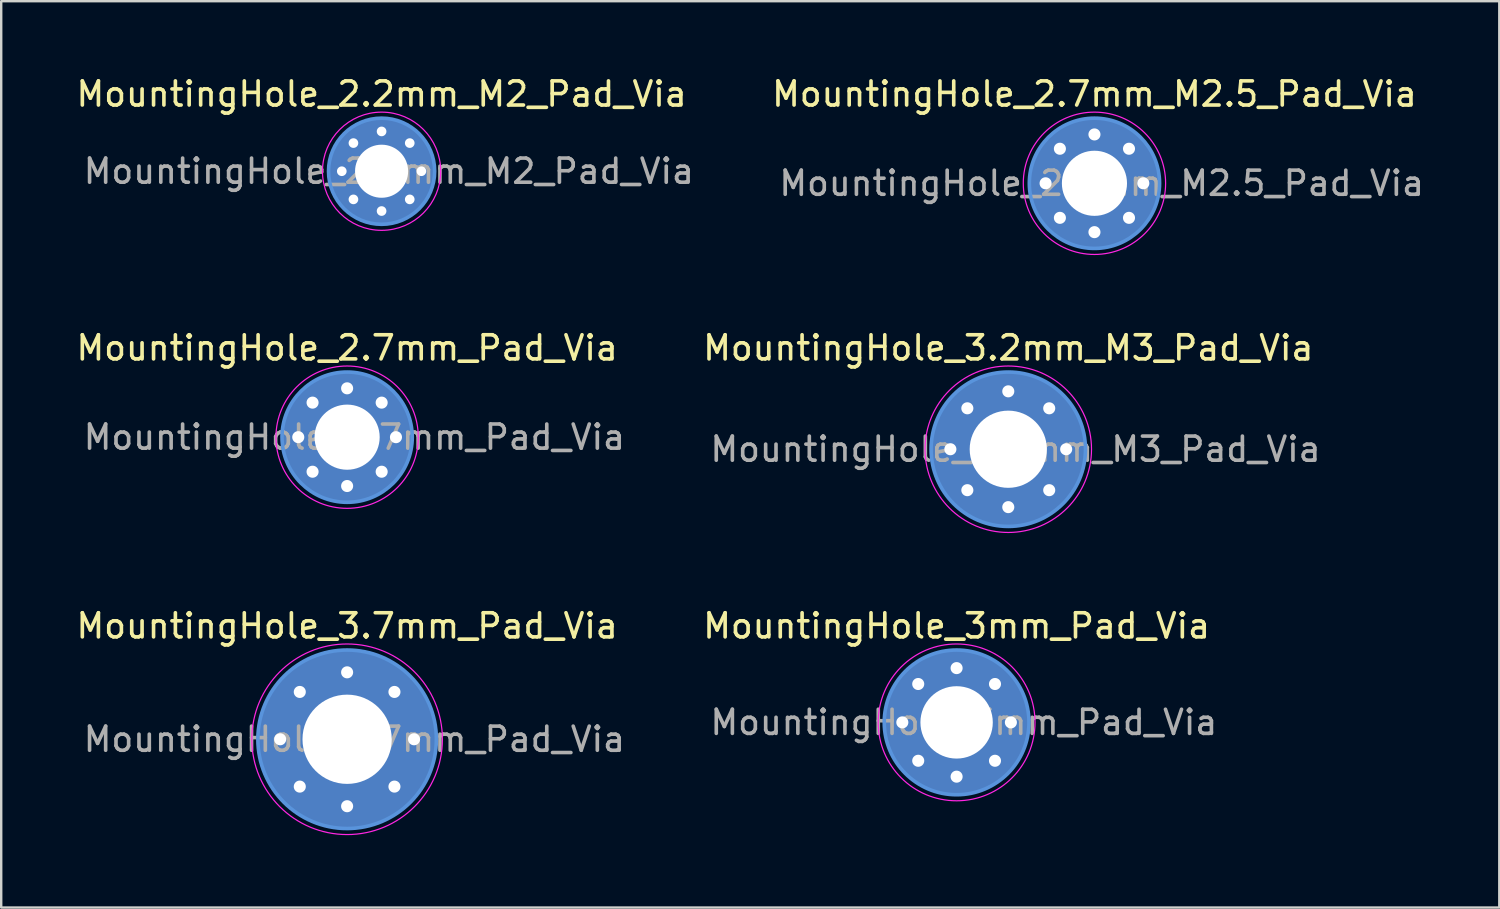
<source format=kicad_pcb>
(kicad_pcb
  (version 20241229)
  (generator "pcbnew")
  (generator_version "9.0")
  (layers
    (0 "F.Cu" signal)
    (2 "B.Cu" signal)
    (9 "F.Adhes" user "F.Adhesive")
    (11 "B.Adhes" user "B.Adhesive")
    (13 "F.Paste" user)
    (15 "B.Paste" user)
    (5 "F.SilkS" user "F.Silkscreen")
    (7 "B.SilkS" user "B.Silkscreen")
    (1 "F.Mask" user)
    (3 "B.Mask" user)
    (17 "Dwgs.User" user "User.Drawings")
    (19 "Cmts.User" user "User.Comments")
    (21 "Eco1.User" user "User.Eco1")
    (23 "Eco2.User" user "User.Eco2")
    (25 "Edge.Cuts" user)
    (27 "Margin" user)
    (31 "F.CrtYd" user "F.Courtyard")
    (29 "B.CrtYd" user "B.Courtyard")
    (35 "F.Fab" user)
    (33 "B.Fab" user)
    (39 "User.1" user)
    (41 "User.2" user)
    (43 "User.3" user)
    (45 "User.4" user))
  (footprint "MountingHole_3.2mm_M3_Pad_Via"
    (layer "F.Cu")
    (at 38.746 15.572)
    (property "Reference" "MountingHole_3.2mm_M3_Pad_Via" (at 0 -4.2 0) (layer "F.SilkS") (effects (font (size 1 1) (thickness 0.15))))
    (attr exclude_from_pos_files exclude_from_bom)
    (fp_circle (center 0 0) (end 3.2 0) (stroke (width 0.15) (type solid)) (fill no) (layer "Cmts.User"))
    (fp_circle (center 0 0) (end 3.45 0) (stroke (width 0.05) (type solid)) (fill no) (layer "F.CrtYd"))
    (fp_text user "${REFERENCE}" (at 0.3 0 0) (layer "F.Fab") (effects (font (size 1 1) (thickness 0.15))))
    (pad "1" thru_hole circle (at -2.4 0) (size 0.8 0.8) (drill 0.5) (layers "*.Cu" "*.Mask"))
    (pad "1" thru_hole circle (at -1.697 -1.697) (size 0.8 0.8) (drill 0.5) (layers "*.Cu" "*.Mask"))
    (pad "1" thru_hole circle (at -1.697 1.697) (size 0.8 0.8) (drill 0.5) (layers "*.Cu" "*.Mask"))
    (pad "1" thru_hole circle (at 0 -2.4) (size 0.8 0.8) (drill 0.5) (layers "*.Cu" "*.Mask"))
    (pad "1" thru_hole circle (at 0 0) (size 6.4 6.4) (drill 3.2) (layers "*.Cu" "*.Mask"))
    (pad "1" thru_hole circle (at 0 2.4) (size 0.8 0.8) (drill 0.5) (layers "*.Cu" "*.Mask"))
    (pad "1" thru_hole circle (at 1.697 -1.697) (size 0.8 0.8) (drill 0.5) (layers "*.Cu" "*.Mask"))
    (pad "1" thru_hole circle (at 1.697 1.697) (size 0.8 0.8) (drill 0.5) (layers "*.Cu" "*.Mask"))
    (pad "1" thru_hole circle (at 2.4 0) (size 0.8 0.8) (drill 0.5) (layers "*.Cu" "*.Mask")))
  (footprint "MountingHole_2.7mm_M2.5_Pad_Via"
    (layer "F.Cu")
    (at 42.318 4.548)
    (property "Reference" "MountingHole_2.7mm_M2.5_Pad_Via" (at 0 -3.7 0) (layer "F.SilkS") (effects (font (size 1 1) (thickness 0.15))))
    (attr exclude_from_pos_files exclude_from_bom)
    (fp_circle (center 0 0) (end 2.7 0) (stroke (width 0.15) (type solid)) (fill no) (layer "Cmts.User"))
    (fp_circle (center 0 0) (end 2.95 0) (stroke (width 0.05) (type solid)) (fill no) (layer "F.CrtYd"))
    (fp_text user "${REFERENCE}" (at 0.3 0 0) (layer "F.Fab") (effects (font (size 1 1) (thickness 0.15))))
    (pad "1" thru_hole circle (at -2.025 0) (size 0.8 0.8) (drill 0.5) (layers "*.Cu" "*.Mask"))
    (pad "1" thru_hole circle (at -1.432 -1.432) (size 0.8 0.8) (drill 0.5) (layers "*.Cu" "*.Mask"))
    (pad "1" thru_hole circle (at -1.432 1.432) (size 0.8 0.8) (drill 0.5) (layers "*.Cu" "*.Mask"))
    (pad "1" thru_hole circle (at 0 -2.025) (size 0.8 0.8) (drill 0.5) (layers "*.Cu" "*.Mask"))
    (pad "1" thru_hole circle (at 0 0) (size 5.4 5.4) (drill 2.7) (layers "*.Cu" "*.Mask"))
    (pad "1" thru_hole circle (at 0 2.025) (size 0.8 0.8) (drill 0.5) (layers "*.Cu" "*.Mask"))
    (pad "1" thru_hole circle (at 1.432 -1.432) (size 0.8 0.8) (drill 0.5) (layers "*.Cu" "*.Mask"))
    (pad "1" thru_hole circle (at 1.432 1.432) (size 0.8 0.8) (drill 0.5) (layers "*.Cu" "*.Mask"))
    (pad "1" thru_hole circle (at 2.025 0) (size 0.8 0.8) (drill 0.5) (layers "*.Cu" "*.Mask")))
  (footprint "MountingHole_2.2mm_M2_Pad_Via"
    (layer "F.Cu")
    (at 12.768 4.048)
    (property "Reference" "MountingHole_2.2mm_M2_Pad_Via" (at 0 -3.2 0) (layer "F.SilkS") (effects (font (size 1 1) (thickness 0.15))))
    (attr exclude_from_pos_files exclude_from_bom)
    (fp_circle (center 0 0) (end 2.2 0) (stroke (width 0.15) (type solid)) (fill no) (layer "Cmts.User"))
    (fp_circle (center 0 0) (end 2.45 0) (stroke (width 0.05) (type solid)) (fill no) (layer "F.CrtYd"))
    (fp_text user "${REFERENCE}" (at 0.3 0 0) (layer "F.Fab") (effects (font (size 1 1) (thickness 0.15))))
    (pad "1" thru_hole circle (at -1.65 0) (size 0.7 0.7) (drill 0.4) (layers "*.Cu" "*.Mask"))
    (pad "1" thru_hole circle (at -1.167 -1.167) (size 0.7 0.7) (drill 0.4) (layers "*.Cu" "*.Mask"))
    (pad "1" thru_hole circle (at -1.167 1.167) (size 0.7 0.7) (drill 0.4) (layers "*.Cu" "*.Mask"))
    (pad "1" thru_hole circle (at 0 -1.65) (size 0.7 0.7) (drill 0.4) (layers "*.Cu" "*.Mask"))
    (pad "1" thru_hole circle (at 0 0) (size 4.4 4.4) (drill 2.2) (layers "*.Cu" "*.Mask"))
    (pad "1" thru_hole circle (at 0 1.65) (size 0.7 0.7) (drill 0.4) (layers "*.Cu" "*.Mask"))
    (pad "1" thru_hole circle (at 1.167 -1.167) (size 0.7 0.7) (drill 0.4) (layers "*.Cu" "*.Mask"))
    (pad "1" thru_hole circle (at 1.167 1.167) (size 0.7 0.7) (drill 0.4) (layers "*.Cu" "*.Mask"))
    (pad "1" thru_hole circle (at 1.65 0) (size 0.7 0.7) (drill 0.4) (layers "*.Cu" "*.Mask")))
  (footprint "MountingHole_3mm_Pad_Via"
    (layer "F.Cu")
    (at 36.604 26.895)
    (property "Reference" "MountingHole_3mm_Pad_Via" (at 0 -4 0) (layer "F.SilkS") (effects (font (size 1 1) (thickness 0.15))))
    (attr exclude_from_pos_files exclude_from_bom)
    (fp_circle (center 0 0) (end 3 0) (stroke (width 0.15) (type solid)) (fill no) (layer "Cmts.User"))
    (fp_circle (center 0 0) (end 3.25 0) (stroke (width 0.05) (type solid)) (fill no) (layer "F.CrtYd"))
    (fp_text user "${REFERENCE}" (at 0.3 0 0) (layer "F.Fab") (effects (font (size 1 1) (thickness 0.15))))
    (pad "1" thru_hole circle (at -2.25 0) (size 0.8 0.8) (drill 0.5) (layers "*.Cu" "*.Mask"))
    (pad "1" thru_hole circle (at -1.591 -1.591) (size 0.8 0.8) (drill 0.5) (layers "*.Cu" "*.Mask"))
    (pad "1" thru_hole circle (at -1.591 1.591) (size 0.8 0.8) (drill 0.5) (layers "*.Cu" "*.Mask"))
    (pad "1" thru_hole circle (at 0 -2.25) (size 0.8 0.8) (drill 0.5) (layers "*.Cu" "*.Mask"))
    (pad "1" thru_hole circle (at 0 0) (size 6 6) (drill 3) (layers "*.Cu" "*.Mask"))
    (pad "1" thru_hole circle (at 0 2.25) (size 0.8 0.8) (drill 0.5) (layers "*.Cu" "*.Mask"))
    (pad "1" thru_hole circle (at 1.591 -1.591) (size 0.8 0.8) (drill 0.5) (layers "*.Cu" "*.Mask"))
    (pad "1" thru_hole circle (at 1.591 1.591) (size 0.8 0.8) (drill 0.5) (layers "*.Cu" "*.Mask"))
    (pad "1" thru_hole circle (at 2.25 0) (size 0.8 0.8) (drill 0.5) (layers "*.Cu" "*.Mask")))
  (footprint "MountingHole_2.7mm_Pad_Via"
    (layer "F.Cu")
    (at 11.339 15.072)
    (property "Reference" "MountingHole_2.7mm_Pad_Via" (at 0 -3.7 0) (layer "F.SilkS") (effects (font (size 1 1) (thickness 0.15))))
    (attr exclude_from_pos_files exclude_from_bom)
    (fp_circle (center 0 0) (end 2.7 0) (stroke (width 0.15) (type solid)) (fill no) (layer "Cmts.User"))
    (fp_circle (center 0 0) (end 2.95 0) (stroke (width 0.05) (type solid)) (fill no) (layer "F.CrtYd"))
    (fp_text user "${REFERENCE}" (at 0.3 0 0) (layer "F.Fab") (effects (font (size 1 1) (thickness 0.15))))
    (pad "1" thru_hole circle (at -2.025 0) (size 0.8 0.8) (drill 0.5) (layers "*.Cu" "*.Mask"))
    (pad "1" thru_hole circle (at -1.432 -1.432) (size 0.8 0.8) (drill 0.5) (layers "*.Cu" "*.Mask"))
    (pad "1" thru_hole circle (at -1.432 1.432) (size 0.8 0.8) (drill 0.5) (layers "*.Cu" "*.Mask"))
    (pad "1" thru_hole circle (at 0 -2.025) (size 0.8 0.8) (drill 0.5) (layers "*.Cu" "*.Mask"))
    (pad "1" thru_hole circle (at 0 0) (size 5.4 5.4) (drill 2.7) (layers "*.Cu" "*.Mask"))
    (pad "1" thru_hole circle (at 0 2.025) (size 0.8 0.8) (drill 0.5) (layers "*.Cu" "*.Mask"))
    (pad "1" thru_hole circle (at 1.432 -1.432) (size 0.8 0.8) (drill 0.5) (layers "*.Cu" "*.Mask"))
    (pad "1" thru_hole circle (at 1.432 1.432) (size 0.8 0.8) (drill 0.5) (layers "*.Cu" "*.Mask"))
    (pad "1" thru_hole circle (at 2.025 0) (size 0.8 0.8) (drill 0.5) (layers "*.Cu" "*.Mask")))
  (footprint "MountingHole_3.7mm_Pad_Via"
    (layer "F.Cu")
    (at 11.339 27.595)
    (property "Reference" "MountingHole_3.7mm_Pad_Via" (at 0 -4.7 0) (layer "F.SilkS") (effects (font (size 1 1) (thickness 0.15))))
    (attr exclude_from_pos_files exclude_from_bom)
    (fp_circle (center 0 0) (end 3.7 0) (stroke (width 0.15) (type solid)) (fill no) (layer "Cmts.User"))
    (fp_circle (center 0 0) (end 3.95 0) (stroke (width 0.05) (type solid)) (fill no) (layer "F.CrtYd"))
    (fp_text user "${REFERENCE}" (at 0.3 0 0) (layer "F.Fab") (effects (font (size 1 1) (thickness 0.15))))
    (pad "1" thru_hole circle (at -2.775 0) (size 0.8 0.8) (drill 0.5) (layers "*.Cu" "*.Mask"))
    (pad "1" thru_hole circle (at -1.962 -1.962) (size 0.8 0.8) (drill 0.5) (layers "*.Cu" "*.Mask"))
    (pad "1" thru_hole circle (at -1.962 1.962) (size 0.8 0.8) (drill 0.5) (layers "*.Cu" "*.Mask"))
    (pad "1" thru_hole circle (at 0 -2.775) (size 0.8 0.8) (drill 0.5) (layers "*.Cu" "*.Mask"))
    (pad "1" thru_hole circle (at 0 0) (size 7.4 7.4) (drill 3.7) (layers "*.Cu" "*.Mask"))
    (pad "1" thru_hole circle (at 0 2.775) (size 0.8 0.8) (drill 0.5) (layers "*.Cu" "*.Mask"))
    (pad "1" thru_hole circle (at 1.962 -1.962) (size 0.8 0.8) (drill 0.5) (layers "*.Cu" "*.Mask"))
    (pad "1" thru_hole circle (at 1.962 1.962) (size 0.8 0.8) (drill 0.5) (layers "*.Cu" "*.Mask"))
    (pad "1" thru_hole circle (at 2.775 0) (size 0.8 0.8) (drill 0.5) (layers "*.Cu" "*.Mask")))
  (gr_rect
    (start -3 -3)
    (end 59.1 34.57)
    (stroke (width 0.1) (type default))
    (fill no)
    (layer "Edge.Cuts")))
</source>
